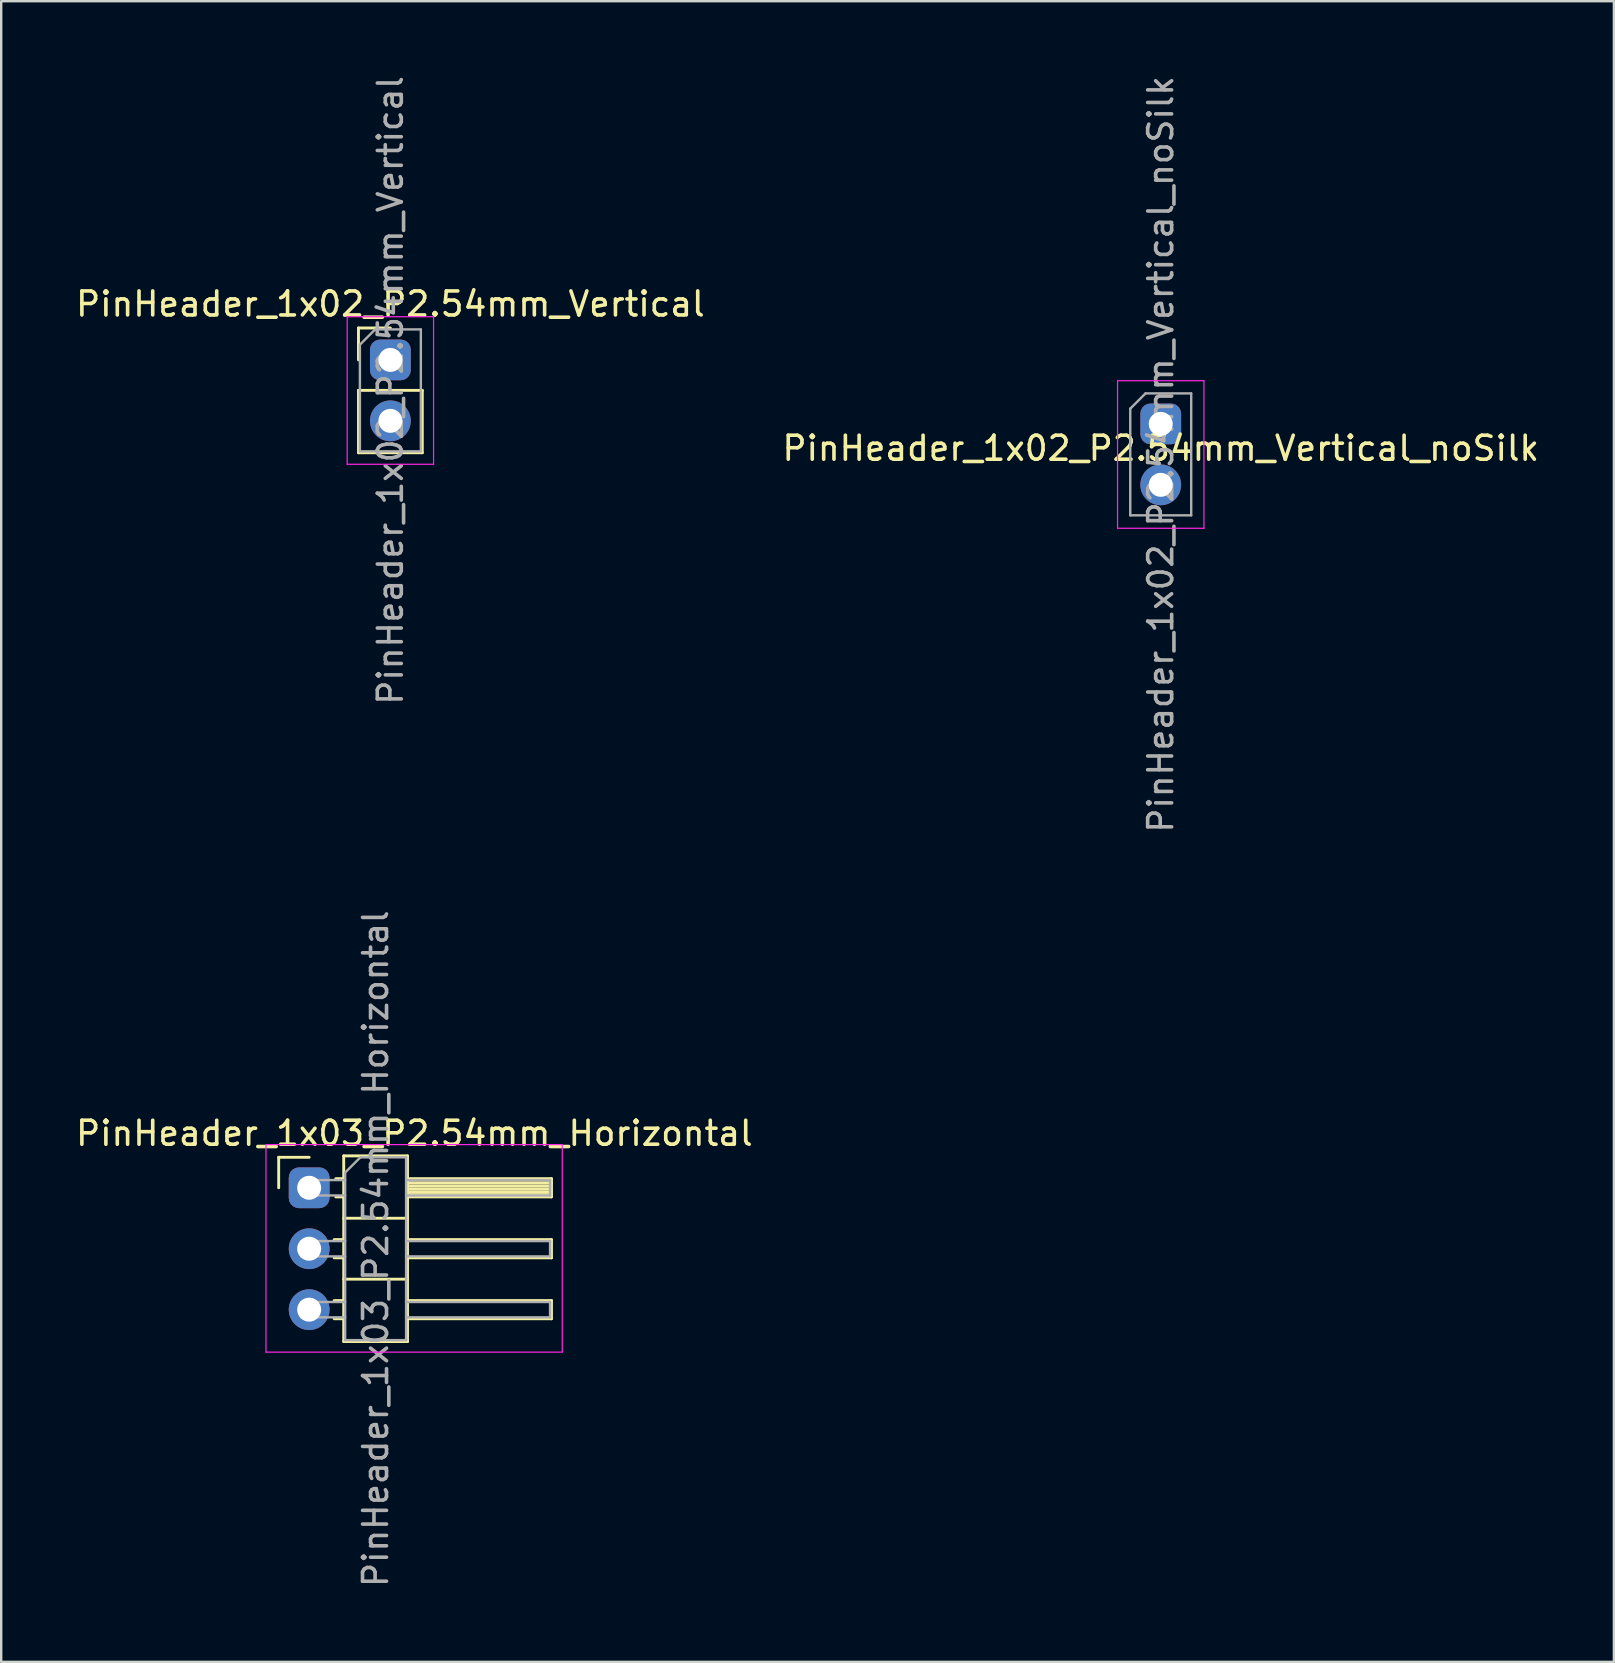
<source format=kicad_pcb>
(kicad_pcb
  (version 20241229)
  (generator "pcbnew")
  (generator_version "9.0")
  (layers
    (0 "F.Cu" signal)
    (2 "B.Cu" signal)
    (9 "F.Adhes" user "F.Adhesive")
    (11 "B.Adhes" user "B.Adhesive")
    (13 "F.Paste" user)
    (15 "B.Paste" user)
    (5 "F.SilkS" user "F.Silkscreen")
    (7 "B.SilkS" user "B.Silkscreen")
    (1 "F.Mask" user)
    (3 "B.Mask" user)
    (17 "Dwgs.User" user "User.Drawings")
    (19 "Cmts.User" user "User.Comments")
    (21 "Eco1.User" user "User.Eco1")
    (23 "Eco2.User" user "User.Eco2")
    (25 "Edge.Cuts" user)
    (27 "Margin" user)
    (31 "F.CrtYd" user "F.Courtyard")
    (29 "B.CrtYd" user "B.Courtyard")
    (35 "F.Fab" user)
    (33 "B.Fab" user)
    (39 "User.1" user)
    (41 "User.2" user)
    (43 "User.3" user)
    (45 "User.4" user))
  (footprint "PinHeader_1x02_P2.54mm_Vertical"
    (layer "F.Cu")
    (at 13.22 11.95)
    (property "Reference" "PinHeader_1x02_P2.54mm_Vertical" (at 0 -2.33 0) (layer "F.SilkS") (effects (font (size 1 1) (thickness 0.15))))
    (attr through_hole)
    (fp_line (start -1.33 -1.33) (end 0 -1.33) (stroke (width 0.12) (type solid)) (layer "F.SilkS"))
    (fp_line (start -1.33 0) (end -1.33 -1.33) (stroke (width 0.12) (type solid)) (layer "F.SilkS"))
    (fp_line (start -1.33 1.27) (end -1.33 3.87) (stroke (width 0.12) (type solid)) (layer "F.SilkS"))
    (fp_line (start -1.33 1.27) (end 1.33 1.27) (stroke (width 0.12) (type solid)) (layer "F.SilkS"))
    (fp_line (start -1.33 3.87) (end 1.33 3.87) (stroke (width 0.12) (type solid)) (layer "F.SilkS"))
    (fp_line (start 1.33 1.27) (end 1.33 3.87) (stroke (width 0.12) (type solid)) (layer "F.SilkS"))
    (fp_line (start -1.8 -1.8) (end -1.8 4.35) (stroke (width 0.05) (type solid)) (layer "F.CrtYd"))
    (fp_line (start -1.8 4.35) (end 1.8 4.35) (stroke (width 0.05) (type solid)) (layer "F.CrtYd"))
    (fp_line (start 1.8 -1.8) (end -1.8 -1.8) (stroke (width 0.05) (type solid)) (layer "F.CrtYd"))
    (fp_line (start 1.8 4.35) (end 1.8 -1.8) (stroke (width 0.05) (type solid)) (layer "F.CrtYd"))
    (fp_line (start -1.27 -0.635) (end -0.635 -1.27) (stroke (width 0.1) (type solid)) (layer "F.Fab"))
    (fp_line (start -1.27 3.81) (end -1.27 -0.635) (stroke (width 0.1) (type solid)) (layer "F.Fab"))
    (fp_line (start -0.635 -1.27) (end 1.27 -1.27) (stroke (width 0.1) (type solid)) (layer "F.Fab"))
    (fp_line (start 1.27 -1.27) (end 1.27 3.81) (stroke (width 0.1) (type solid)) (layer "F.Fab"))
    (fp_line (start 1.27 3.81) (end -1.27 3.81) (stroke (width 0.1) (type solid)) (layer "F.Fab"))
    (fp_text user "${REFERENCE}" (at 0 1.27 90) (layer "F.Fab") (effects (font (size 1 1) (thickness 0.15))))
    (pad "1" thru_hole roundrect (at 0 0) (size 1.7 1.7) (drill 1) (layers "*.Cu" "*.Mask") (roundrect_rratio 0.25))
    (pad "2" thru_hole oval (at 0 2.54) (size 1.7 1.7) (drill 1) (layers "*.Cu" "*.Mask")))
  (footprint "PinHeader_1x03_P2.54mm_Horizontal"
    (layer "F.Cu")
    (at 9.835 46.454)
    (property "Reference" "PinHeader_1x03_P2.54mm_Horizontal" (at 4.385 -2.27 0) (layer "F.SilkS") (effects (font (size 1 1) (thickness 0.15))))
    (attr through_hole)
    (fp_line (start -1.27 -1.27) (end 0 -1.27) (stroke (width 0.12) (type solid)) (layer "F.SilkS"))
    (fp_line (start -1.27 0) (end -1.27 -1.27) (stroke (width 0.12) (type solid)) (layer "F.SilkS"))
    (fp_line (start 1.043 2.16) (end 1.44 2.16) (stroke (width 0.12) (type solid)) (layer "F.SilkS"))
    (fp_line (start 1.043 2.92) (end 1.44 2.92) (stroke (width 0.12) (type solid)) (layer "F.SilkS"))
    (fp_line (start 1.043 4.7) (end 1.44 4.7) (stroke (width 0.12) (type solid)) (layer "F.SilkS"))
    (fp_line (start 1.043 5.46) (end 1.44 5.46) (stroke (width 0.12) (type solid)) (layer "F.SilkS"))
    (fp_line (start 1.11 -0.38) (end 1.44 -0.38) (stroke (width 0.12) (type solid)) (layer "F.SilkS"))
    (fp_line (start 1.11 0.38) (end 1.44 0.38) (stroke (width 0.12) (type solid)) (layer "F.SilkS"))
    (fp_line (start 1.44 -1.33) (end 1.44 6.41) (stroke (width 0.12) (type solid)) (layer "F.SilkS"))
    (fp_line (start 1.44 1.27) (end 4.1 1.27) (stroke (width 0.12) (type solid)) (layer "F.SilkS"))
    (fp_line (start 1.44 3.81) (end 4.1 3.81) (stroke (width 0.12) (type solid)) (layer "F.SilkS"))
    (fp_line (start 1.44 6.41) (end 4.1 6.41) (stroke (width 0.12) (type solid)) (layer "F.SilkS"))
    (fp_line (start 4.1 -1.33) (end 1.44 -1.33) (stroke (width 0.12) (type solid)) (layer "F.SilkS"))
    (fp_line (start 4.1 -0.38) (end 10.1 -0.38) (stroke (width 0.12) (type solid)) (layer "F.SilkS"))
    (fp_line (start 4.1 -0.32) (end 10.1 -0.32) (stroke (width 0.12) (type solid)) (layer "F.SilkS"))
    (fp_line (start 4.1 -0.2) (end 10.1 -0.2) (stroke (width 0.12) (type solid)) (layer "F.SilkS"))
    (fp_line (start 4.1 -0.08) (end 10.1 -0.08) (stroke (width 0.12) (type solid)) (layer "F.SilkS"))
    (fp_line (start 4.1 0.04) (end 10.1 0.04) (stroke (width 0.12) (type solid)) (layer "F.SilkS"))
    (fp_line (start 4.1 0.16) (end 10.1 0.16) (stroke (width 0.12) (type solid)) (layer "F.SilkS"))
    (fp_line (start 4.1 0.28) (end 10.1 0.28) (stroke (width 0.12) (type solid)) (layer "F.SilkS"))
    (fp_line (start 4.1 2.16) (end 10.1 2.16) (stroke (width 0.12) (type solid)) (layer "F.SilkS"))
    (fp_line (start 4.1 4.7) (end 10.1 4.7) (stroke (width 0.12) (type solid)) (layer "F.SilkS"))
    (fp_line (start 4.1 6.41) (end 4.1 -1.33) (stroke (width 0.12) (type solid)) (layer "F.SilkS"))
    (fp_line (start 10.1 -0.38) (end 10.1 0.38) (stroke (width 0.12) (type solid)) (layer "F.SilkS"))
    (fp_line (start 10.1 0.38) (end 4.1 0.38) (stroke (width 0.12) (type solid)) (layer "F.SilkS"))
    (fp_line (start 10.1 2.16) (end 10.1 2.92) (stroke (width 0.12) (type solid)) (layer "F.SilkS"))
    (fp_line (start 10.1 2.92) (end 4.1 2.92) (stroke (width 0.12) (type solid)) (layer "F.SilkS"))
    (fp_line (start 10.1 4.7) (end 10.1 5.46) (stroke (width 0.12) (type solid)) (layer "F.SilkS"))
    (fp_line (start 10.1 5.46) (end 4.1 5.46) (stroke (width 0.12) (type solid)) (layer "F.SilkS"))
    (fp_line (start -1.8 -1.8) (end -1.8 6.85) (stroke (width 0.05) (type solid)) (layer "F.CrtYd"))
    (fp_line (start -1.8 6.85) (end 10.55 6.85) (stroke (width 0.05) (type solid)) (layer "F.CrtYd"))
    (fp_line (start 10.55 -1.8) (end -1.8 -1.8) (stroke (width 0.05) (type solid)) (layer "F.CrtYd"))
    (fp_line (start 10.55 6.85) (end 10.55 -1.8) (stroke (width 0.05) (type solid)) (layer "F.CrtYd"))
    (fp_line (start -0.32 -0.32) (end -0.32 0.32) (stroke (width 0.1) (type solid)) (layer "F.Fab"))
    (fp_line (start -0.32 -0.32) (end 1.5 -0.32) (stroke (width 0.1) (type solid)) (layer "F.Fab"))
    (fp_line (start -0.32 0.32) (end 1.5 0.32) (stroke (width 0.1) (type solid)) (layer "F.Fab"))
    (fp_line (start -0.32 2.22) (end -0.32 2.86) (stroke (width 0.1) (type solid)) (layer "F.Fab"))
    (fp_line (start -0.32 2.22) (end 1.5 2.22) (stroke (width 0.1) (type solid)) (layer "F.Fab"))
    (fp_line (start -0.32 2.86) (end 1.5 2.86) (stroke (width 0.1) (type solid)) (layer "F.Fab"))
    (fp_line (start -0.32 4.76) (end -0.32 5.4) (stroke (width 0.1) (type solid)) (layer "F.Fab"))
    (fp_line (start -0.32 4.76) (end 1.5 4.76) (stroke (width 0.1) (type solid)) (layer "F.Fab"))
    (fp_line (start -0.32 5.4) (end 1.5 5.4) (stroke (width 0.1) (type solid)) (layer "F.Fab"))
    (fp_line (start 1.5 -0.635) (end 2.135 -1.27) (stroke (width 0.1) (type solid)) (layer "F.Fab"))
    (fp_line (start 1.5 6.35) (end 1.5 -0.635) (stroke (width 0.1) (type solid)) (layer "F.Fab"))
    (fp_line (start 2.135 -1.27) (end 4.04 -1.27) (stroke (width 0.1) (type solid)) (layer "F.Fab"))
    (fp_line (start 4.04 -1.27) (end 4.04 6.35) (stroke (width 0.1) (type solid)) (layer "F.Fab"))
    (fp_line (start 4.04 -0.32) (end 10.04 -0.32) (stroke (width 0.1) (type solid)) (layer "F.Fab"))
    (fp_line (start 4.04 0.32) (end 10.04 0.32) (stroke (width 0.1) (type solid)) (layer "F.Fab"))
    (fp_line (start 4.04 2.22) (end 10.04 2.22) (stroke (width 0.1) (type solid)) (layer "F.Fab"))
    (fp_line (start 4.04 2.86) (end 10.04 2.86) (stroke (width 0.1) (type solid)) (layer "F.Fab"))
    (fp_line (start 4.04 4.76) (end 10.04 4.76) (stroke (width 0.1) (type solid)) (layer "F.Fab"))
    (fp_line (start 4.04 5.4) (end 10.04 5.4) (stroke (width 0.1) (type solid)) (layer "F.Fab"))
    (fp_line (start 4.04 6.35) (end 1.5 6.35) (stroke (width 0.1) (type solid)) (layer "F.Fab"))
    (fp_line (start 10.04 -0.32) (end 10.04 0.32) (stroke (width 0.1) (type solid)) (layer "F.Fab"))
    (fp_line (start 10.04 2.22) (end 10.04 2.86) (stroke (width 0.1) (type solid)) (layer "F.Fab"))
    (fp_line (start 10.04 4.76) (end 10.04 5.4) (stroke (width 0.1) (type solid)) (layer "F.Fab"))
    (fp_text user "${REFERENCE}" (at 2.77 2.54 90) (layer "F.Fab") (effects (font (size 1 1) (thickness 0.15))))
    (pad "1" thru_hole roundrect (at 0 0) (size 1.7 1.7) (drill 1) (layers "*.Cu" "*.Mask") (roundrect_rratio 0.25))
    (pad "2" thru_hole oval (at 0 2.54) (size 1.7 1.7) (drill 1) (layers "*.Cu" "*.Mask"))
    (pad "3" thru_hole oval (at 0 5.08) (size 1.7 1.7) (drill 1) (layers "*.Cu" "*.Mask")))
  (footprint "PinHeader_1x02_P2.54mm_Vertical_noSilk"
    (layer "F.Cu")
    (at 45.327 14.617)
    (property "Reference" "PinHeader_1x02_P2.54mm_Vertical_noSilk" (at 0 1.016 0) (layer "F.SilkS") (effects (font (size 1 1) (thickness 0.15))))
    (attr through_hole)
    (fp_line (start -1.8 -1.8) (end -1.8 4.35) (stroke (width 0.05) (type solid)) (layer "F.CrtYd"))
    (fp_line (start -1.8 4.35) (end 1.8 4.35) (stroke (width 0.05) (type solid)) (layer "F.CrtYd"))
    (fp_line (start 1.8 -1.8) (end -1.8 -1.8) (stroke (width 0.05) (type solid)) (layer "F.CrtYd"))
    (fp_line (start 1.8 4.35) (end 1.8 -1.8) (stroke (width 0.05) (type solid)) (layer "F.CrtYd"))
    (fp_line (start -1.27 -0.635) (end -0.635 -1.27) (stroke (width 0.1) (type solid)) (layer "F.Fab"))
    (fp_line (start -1.27 3.81) (end -1.27 -0.635) (stroke (width 0.1) (type solid)) (layer "F.Fab"))
    (fp_line (start -0.635 -1.27) (end 1.27 -1.27) (stroke (width 0.1) (type solid)) (layer "F.Fab"))
    (fp_line (start 1.27 -1.27) (end 1.27 3.81) (stroke (width 0.1) (type solid)) (layer "F.Fab"))
    (fp_line (start 1.27 3.81) (end -1.27 3.81) (stroke (width 0.1) (type solid)) (layer "F.Fab"))
    (fp_text user "${REFERENCE}" (at 0 1.27 90) (layer "F.Fab") (effects (font (size 1 1) (thickness 0.15))))
    (pad "1" thru_hole roundrect (at 0 0) (size 1.7 1.7) (drill 1) (layers "*.Cu" "*.Mask") (roundrect_rratio 0.25))
    (pad "2" thru_hole oval (at 0 2.54) (size 1.7 1.7) (drill 1) (layers "*.Cu" "*.Mask")))
  (gr_rect
    (start -3 -3)
    (end 64.214 66.214)
    (stroke (width 0.1) (type default))
    (fill no)
    (layer "Edge.Cuts")))
</source>
